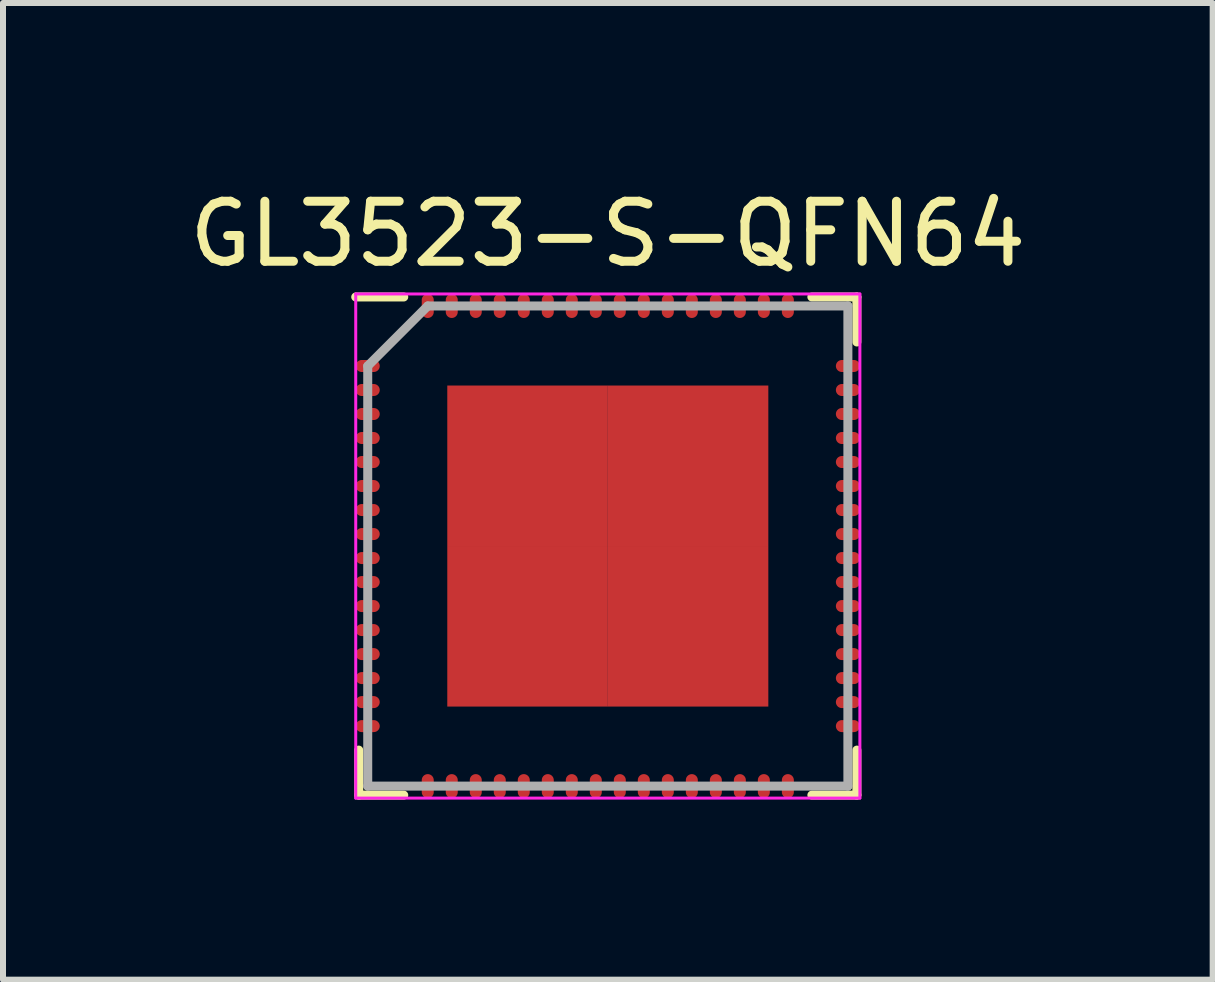
<source format=kicad_pcb>
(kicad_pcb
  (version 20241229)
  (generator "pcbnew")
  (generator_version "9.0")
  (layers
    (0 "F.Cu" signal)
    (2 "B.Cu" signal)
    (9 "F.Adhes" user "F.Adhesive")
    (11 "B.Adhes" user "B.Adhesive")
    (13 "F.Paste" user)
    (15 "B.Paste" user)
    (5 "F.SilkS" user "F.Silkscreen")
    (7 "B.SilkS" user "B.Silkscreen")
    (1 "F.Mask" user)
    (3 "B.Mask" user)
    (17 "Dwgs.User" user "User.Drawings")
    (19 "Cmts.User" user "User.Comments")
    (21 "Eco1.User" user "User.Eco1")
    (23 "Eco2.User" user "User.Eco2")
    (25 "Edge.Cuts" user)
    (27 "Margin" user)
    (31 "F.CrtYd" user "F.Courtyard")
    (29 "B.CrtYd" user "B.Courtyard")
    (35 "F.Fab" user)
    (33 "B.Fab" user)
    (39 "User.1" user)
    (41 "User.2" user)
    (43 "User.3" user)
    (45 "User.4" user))
  (footprint "GL3523-S-QFN64"
    (layer "F.Cu")
    (at 7.077 6.048)
    (property "Reference" "GL3523-S-QFN64" (at 0 -5.2 0) (layer "F.SilkS") (effects (font (size 1 1) (thickness 0.15))))
    (attr smd)
    (fp_line (start -4.15 4.15) (end -4.15 3.4) (stroke (width 0.15) (type solid)) (layer "F.SilkS"))
    (fp_line (start -3.4 -4.15) (end -4.2 -4.15) (stroke (width 0.15) (type solid)) (layer "F.SilkS"))
    (fp_line (start -3.4 4.15) (end -4.15 4.15) (stroke (width 0.15) (type solid)) (layer "F.SilkS"))
    (fp_line (start 3.4 -4.15) (end 4.15 -4.15) (stroke (width 0.15) (type solid)) (layer "F.SilkS"))
    (fp_line (start 3.4 4.15) (end 4.15 4.15) (stroke (width 0.15) (type solid)) (layer "F.SilkS"))
    (fp_line (start 4.15 -4.15) (end 4.15 -3.4) (stroke (width 0.15) (type solid)) (layer "F.SilkS"))
    (fp_line (start 4.15 4.15) (end 4.15 3.4) (stroke (width 0.15) (type solid)) (layer "F.SilkS"))
    (fp_line (start -4.2 -4.2) (end 4.2 -4.2) (stroke (width 0.05) (type solid)) (layer "F.CrtYd"))
    (fp_line (start -4.2 4.2) (end -4.2 -4.2) (stroke (width 0.05) (type solid)) (layer "F.CrtYd"))
    (fp_line (start 4.2 -4.2) (end 4.2 4.2) (stroke (width 0.05) (type solid)) (layer "F.CrtYd"))
    (fp_line (start 4.2 4.2) (end -4.2 4.2) (stroke (width 0.05) (type solid)) (layer "F.CrtYd"))
    (fp_line (start -4 -3) (end -4 4) (stroke (width 0.15) (type solid)) (layer "F.Fab"))
    (fp_line (start -4 4) (end 4 4) (stroke (width 0.15) (type solid)) (layer "F.Fab"))
    (fp_line (start -3 -4) (end -4 -3) (stroke (width 0.15) (type solid)) (layer "F.Fab"))
    (fp_line (start 4 -4) (end -3 -4) (stroke (width 0.15) (type solid)) (layer "F.Fab"))
    (fp_line (start 4 4) (end 4 -4) (stroke (width 0.15) (type solid)) (layer "F.Fab"))
    (pad "1" smd oval (at -3 -4) (size 0.2 0.4) (layers "F.Cu" "F.Mask" "F.Paste"))
    (pad "2" smd oval (at -2.6 -4) (size 0.2 0.4) (layers "F.Cu" "F.Mask" "F.Paste"))
    (pad "3" smd oval (at -2.2 -4) (size 0.2 0.4) (layers "F.Cu" "F.Mask" "F.Paste"))
    (pad "4" smd oval (at -1.8 -4) (size 0.2 0.4) (layers "F.Cu" "F.Mask" "F.Paste"))
    (pad "5" smd oval (at -1 -4) (size 0.2 0.4) (layers "F.Cu" "F.Mask" "F.Paste"))
    (pad "6" smd oval (at -1.4 -4) (size 0.2 0.4) (layers "F.Cu" "F.Mask" "F.Paste"))
    (pad "7" smd oval (at -0.6 -4) (size 0.2 0.4) (layers "F.Cu" "F.Mask" "F.Paste"))
    (pad "8" smd oval (at -0.2 -4) (size 0.2 0.4) (layers "F.Cu" "F.Mask" "F.Paste"))
    (pad "9" smd oval (at 0.6 -4) (size 0.2 0.4) (layers "F.Cu" "F.Mask" "F.Paste"))
    (pad "10" smd oval (at 0.2 -4) (size 0.2 0.4) (layers "F.Cu" "F.Mask" "F.Paste"))
    (pad "11" smd oval (at 1 -4) (size 0.2 0.4) (layers "F.Cu" "F.Mask" "F.Paste"))
    (pad "12" smd oval (at 1.4 -4) (size 0.2 0.4) (layers "F.Cu" "F.Mask" "F.Paste"))
    (pad "13" smd oval (at 1.8 -4) (size 0.2 0.4) (layers "F.Cu" "F.Mask" "F.Paste"))
    (pad "14" smd oval (at 2.6 -4) (size 0.2 0.4) (layers "F.Cu" "F.Mask" "F.Paste"))
    (pad "15" smd oval (at 2.2 -4) (size 0.2 0.4) (layers "F.Cu" "F.Mask" "F.Paste"))
    (pad "16" smd oval (at 3 -4) (size 0.2 0.4) (layers "F.Cu" "F.Mask" "F.Paste"))
    (pad "17" smd oval (at 4 -3 90) (size 0.2 0.4) (layers "F.Cu" "F.Mask" "F.Paste"))
    (pad "18" smd oval (at 4 -2.6 90) (size 0.2 0.4) (layers "F.Cu" "F.Mask" "F.Paste"))
    (pad "19" smd oval (at 4 -2.2 90) (size 0.2 0.4) (layers "F.Cu" "F.Mask" "F.Paste"))
    (pad "20" smd oval (at 4 -1.8 90) (size 0.2 0.4) (layers "F.Cu" "F.Mask" "F.Paste"))
    (pad "21" smd oval (at 4 -1 90) (size 0.2 0.4) (layers "F.Cu" "F.Mask" "F.Paste"))
    (pad "22" smd oval (at 4 -1.4 90) (size 0.2 0.4) (layers "F.Cu" "F.Mask" "F.Paste"))
    (pad "23" smd oval (at 4 -0.6 90) (size 0.2 0.4) (layers "F.Cu" "F.Mask" "F.Paste"))
    (pad "24" smd oval (at 4 -0.2 90) (size 0.2 0.4) (layers "F.Cu" "F.Mask" "F.Paste"))
    (pad "25" smd oval (at 4 0.6 90) (size 0.2 0.4) (layers "F.Cu" "F.Mask" "F.Paste"))
    (pad "26" smd oval (at 4 0.2 90) (size 0.2 0.4) (layers "F.Cu" "F.Mask" "F.Paste"))
    (pad "27" smd oval (at 4 1 90) (size 0.2 0.4) (layers "F.Cu" "F.Mask" "F.Paste"))
    (pad "28" smd oval (at 4 1.4 90) (size 0.2 0.4) (layers "F.Cu" "F.Mask" "F.Paste"))
    (pad "29" smd oval (at 4 1.8 90) (size 0.2 0.4) (layers "F.Cu" "F.Mask" "F.Paste"))
    (pad "30" smd oval (at 4 2.6 90) (size 0.2 0.4) (layers "F.Cu" "F.Mask" "F.Paste"))
    (pad "31" smd oval (at 4 2.2 90) (size 0.2 0.4) (layers "F.Cu" "F.Mask" "F.Paste"))
    (pad "32" smd oval (at 4 3 90) (size 0.2 0.4) (layers "F.Cu" "F.Mask" "F.Paste"))
    (pad "33" smd oval (at 3 4) (size 0.2 0.4) (layers "F.Cu" "F.Mask" "F.Paste"))
    (pad "34" smd oval (at 2.6 4) (size 0.2 0.4) (layers "F.Cu" "F.Mask" "F.Paste"))
    (pad "35" smd oval (at 2.2 4) (size 0.2 0.4) (layers "F.Cu" "F.Mask" "F.Paste"))
    (pad "36" smd oval (at 1.8 4) (size 0.2 0.4) (layers "F.Cu" "F.Mask" "F.Paste"))
    (pad "37" smd oval (at 1 4) (size 0.2 0.4) (layers "F.Cu" "F.Mask" "F.Paste"))
    (pad "38" smd oval (at 1.4 4) (size 0.2 0.4) (layers "F.Cu" "F.Mask" "F.Paste"))
    (pad "39" smd oval (at 0.6 4) (size 0.2 0.4) (layers "F.Cu" "F.Mask" "F.Paste"))
    (pad "40" smd oval (at 0.2 4) (size 0.2 0.4) (layers "F.Cu" "F.Mask" "F.Paste"))
    (pad "41" smd oval (at -0.6 4) (size 0.2 0.4) (layers "F.Cu" "F.Mask" "F.Paste"))
    (pad "42" smd oval (at -0.2 4) (size 0.2 0.4) (layers "F.Cu" "F.Mask" "F.Paste"))
    (pad "43" smd oval (at -1 4) (size 0.2 0.4) (layers "F.Cu" "F.Mask" "F.Paste"))
    (pad "44" smd oval (at -1.4 4) (size 0.2 0.4) (layers "F.Cu" "F.Mask" "F.Paste"))
    (pad "45" smd oval (at -1.8 4) (size 0.2 0.4) (layers "F.Cu" "F.Mask" "F.Paste"))
    (pad "46" smd oval (at -2.6 4) (size 0.2 0.4) (layers "F.Cu" "F.Mask" "F.Paste"))
    (pad "47" smd oval (at -2.2 4) (size 0.2 0.4) (layers "F.Cu" "F.Mask" "F.Paste"))
    (pad "48" smd oval (at -3 4) (size 0.2 0.4) (layers "F.Cu" "F.Mask" "F.Paste"))
    (pad "49" smd oval (at -4 3 90) (size 0.2 0.4) (layers "F.Cu" "F.Mask" "F.Paste"))
    (pad "50" smd oval (at -4 2.6 90) (size 0.2 0.4) (layers "F.Cu" "F.Mask" "F.Paste"))
    (pad "51" smd oval (at -4 2.2 90) (size 0.2 0.4) (layers "F.Cu" "F.Mask" "F.Paste"))
    (pad "52" smd oval (at -4 1.8 90) (size 0.2 0.4) (layers "F.Cu" "F.Mask" "F.Paste"))
    (pad "53" smd oval (at -4 1 90) (size 0.2 0.4) (layers "F.Cu" "F.Mask" "F.Paste"))
    (pad "54" smd oval (at -4 1.4 90) (size 0.2 0.4) (layers "F.Cu" "F.Mask" "F.Paste"))
    (pad "55" smd oval (at -4 0.6 90) (size 0.2 0.4) (layers "F.Cu" "F.Mask" "F.Paste"))
    (pad "56" smd oval (at -4 0.2 90) (size 0.2 0.4) (layers "F.Cu" "F.Mask" "F.Paste"))
    (pad "57" smd oval (at -4 -0.6 90) (size 0.2 0.4) (layers "F.Cu" "F.Mask" "F.Paste"))
    (pad "58" smd oval (at -4 -0.2 90) (size 0.2 0.4) (layers "F.Cu" "F.Mask" "F.Paste"))
    (pad "59" smd oval (at -4 -1 90) (size 0.2 0.4) (layers "F.Cu" "F.Mask" "F.Paste"))
    (pad "60" smd oval (at -4 -1.4 90) (size 0.2 0.4) (layers "F.Cu" "F.Mask" "F.Paste"))
    (pad "61" smd oval (at -4 -1.8 90) (size 0.2 0.4) (layers "F.Cu" "F.Mask" "F.Paste"))
    (pad "62" smd oval (at -4 -2.6 90) (size 0.2 0.4) (layers "F.Cu" "F.Mask" "F.Paste"))
    (pad "63" smd oval (at -4 -2.2 90) (size 0.2 0.4) (layers "F.Cu" "F.Mask" "F.Paste"))
    (pad "64" smd oval (at -4 -3 90) (size 0.2 0.4) (layers "F.Cu" "F.Mask" "F.Paste"))
    (pad "65" smd rect (at -1.337 -1.337) (size 2.675 2.675) (layers "F.Cu" "F.Mask" "F.Paste"))
    (pad "65" smd rect (at -1.337 1.337) (size 2.675 2.675) (layers "F.Cu" "F.Mask" "F.Paste"))
    (pad "65" smd rect (at 1.337 -1.337) (size 2.675 2.675) (layers "F.Cu" "F.Mask" "F.Paste"))
    (pad "65" smd rect (at 1.337 1.337) (size 2.675 2.675) (layers "F.Cu" "F.Mask" "F.Paste")))
  (gr_rect
    (start -3 -3)
    (end 17.155 13.273)
    (stroke (width 0.1) (type default))
    (fill no)
    (layer "Edge.Cuts")))
</source>
